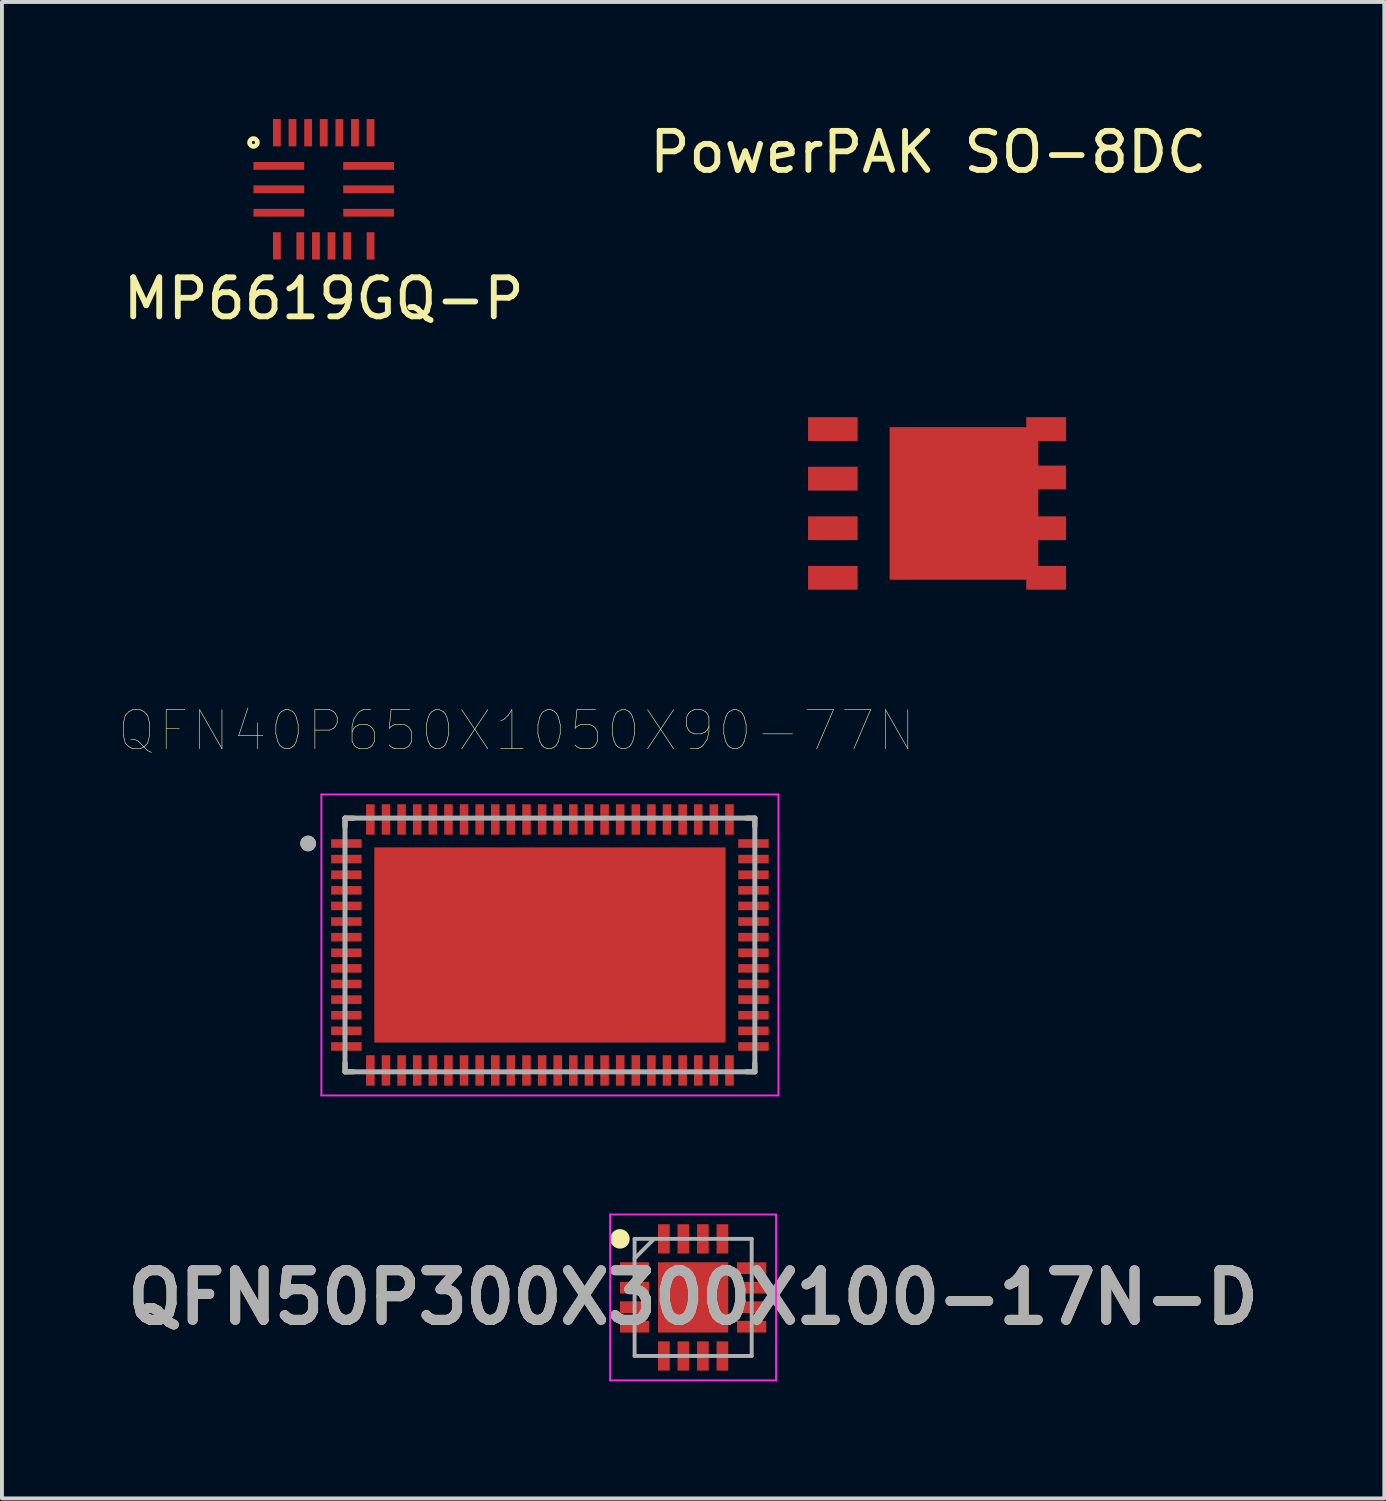
<source format=kicad_pcb>
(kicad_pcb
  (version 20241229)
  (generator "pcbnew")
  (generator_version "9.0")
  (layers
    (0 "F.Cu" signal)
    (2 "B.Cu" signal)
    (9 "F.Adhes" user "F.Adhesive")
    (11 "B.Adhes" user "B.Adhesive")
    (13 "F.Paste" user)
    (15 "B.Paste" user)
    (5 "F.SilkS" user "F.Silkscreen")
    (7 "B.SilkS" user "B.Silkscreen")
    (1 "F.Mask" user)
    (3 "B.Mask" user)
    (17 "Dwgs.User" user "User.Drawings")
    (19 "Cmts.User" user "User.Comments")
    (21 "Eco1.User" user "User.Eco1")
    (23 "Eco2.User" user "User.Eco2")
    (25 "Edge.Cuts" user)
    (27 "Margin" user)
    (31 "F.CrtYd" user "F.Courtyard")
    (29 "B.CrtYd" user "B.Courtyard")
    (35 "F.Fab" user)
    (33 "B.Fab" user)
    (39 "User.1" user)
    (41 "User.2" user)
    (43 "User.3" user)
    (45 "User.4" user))
  (footprint "QFN50P300X300X100-17N-D"
    (layer "F.Cu")
    (at 14.708 30.19)
    (property "Reference" "QFN50P300X300X100-17N-D" (at 0 0 0) (layer "F.SilkS") (effects (font (size 1.27 1.27) (thickness 0.254))))
    (attr smd)
    (fp_circle (center -1.875 -1.5) (end -1.875 -1.375) (stroke (width 0.25) (type solid)) (fill no) (layer "F.SilkS"))
    (fp_line (start -2.125 -2.125) (end 2.125 -2.125) (stroke (width 0.05) (type solid)) (layer "F.CrtYd"))
    (fp_line (start -2.125 2.125) (end -2.125 -2.125) (stroke (width 0.05) (type solid)) (layer "F.CrtYd"))
    (fp_line (start 2.125 -2.125) (end 2.125 2.125) (stroke (width 0.05) (type solid)) (layer "F.CrtYd"))
    (fp_line (start 2.125 2.125) (end -2.125 2.125) (stroke (width 0.05) (type solid)) (layer "F.CrtYd"))
    (fp_line (start -1.5 -1.5) (end 1.5 -1.5) (stroke (width 0.1) (type solid)) (layer "F.Fab"))
    (fp_line (start -1.5 -1) (end -1 -1.5) (stroke (width 0.1) (type solid)) (layer "F.Fab"))
    (fp_line (start -1.5 1.5) (end -1.5 -1.5) (stroke (width 0.1) (type solid)) (layer "F.Fab"))
    (fp_line (start 1.5 -1.5) (end 1.5 1.5) (stroke (width 0.1) (type solid)) (layer "F.Fab"))
    (fp_line (start 1.5 1.5) (end -1.5 1.5) (stroke (width 0.1) (type solid)) (layer "F.Fab"))
    (fp_text user "${REFERENCE}" (at 0 0 0) (layer "F.Fab") (effects (font (size 1.27 1.27) (thickness 0.254))))
    (pad "1" smd rect (at -1.5 -0.75 90) (size 0.3 0.75) (layers "F.Cu" "F.Mask" "F.Paste"))
    (pad "2" smd rect (at -1.5 -0.25 90) (size 0.3 0.75) (layers "F.Cu" "F.Mask" "F.Paste"))
    (pad "3" smd rect (at -1.5 0.25 90) (size 0.3 0.75) (layers "F.Cu" "F.Mask" "F.Paste"))
    (pad "4" smd rect (at -1.5 0.75 90) (size 0.3 0.75) (layers "F.Cu" "F.Mask" "F.Paste"))
    (pad "5" smd rect (at -0.75 1.5) (size 0.3 0.75) (layers "F.Cu" "F.Mask" "F.Paste"))
    (pad "6" smd rect (at -0.25 1.5) (size 0.3 0.75) (layers "F.Cu" "F.Mask" "F.Paste"))
    (pad "7" smd rect (at 0.25 1.5) (size 0.3 0.75) (layers "F.Cu" "F.Mask" "F.Paste"))
    (pad "8" smd rect (at 0.75 1.5) (size 0.3 0.75) (layers "F.Cu" "F.Mask" "F.Paste"))
    (pad "9" smd rect (at 1.5 0.75 90) (size 0.3 0.75) (layers "F.Cu" "F.Mask" "F.Paste"))
    (pad "10" smd rect (at 1.5 0.25 90) (size 0.3 0.75) (layers "F.Cu" "F.Mask" "F.Paste"))
    (pad "11" smd rect (at 1.5 -0.25 90) (size 0.3 0.75) (layers "F.Cu" "F.Mask" "F.Paste"))
    (pad "12" smd rect (at 1.5 -0.75 90) (size 0.3 0.75) (layers "F.Cu" "F.Mask" "F.Paste"))
    (pad "13" smd rect (at 0.75 -1.5) (size 0.3 0.75) (layers "F.Cu" "F.Mask" "F.Paste"))
    (pad "14" smd rect (at 0.25 -1.5) (size 0.3 0.75) (layers "F.Cu" "F.Mask" "F.Paste"))
    (pad "15" smd rect (at -0.25 -1.5) (size 0.3 0.75) (layers "F.Cu" "F.Mask" "F.Paste"))
    (pad "16" smd rect (at -0.75 -1.5) (size 0.3 0.75) (layers "F.Cu" "F.Mask" "F.Paste"))
    (pad "17" smd rect (at 0 0) (size 1.8 1.8) (layers "F.Cu" "F.Mask" "F.Paste")))
  (footprint "PowerPAK SO-8DC"
    (layer "F.Cu")
    (at 20.957 9.848)
    (property "Reference" "PowerPAK SO-8DC" (at -0.225 -9 0) (unlocked yes) (layer "F.SilkS") (effects (font (size 1 1) (thickness 0.15))))
    (attr smd)
    (pad "1" smd rect (at -2.67 -1.905) (size 1.27 0.61) (layers "F.Cu" "F.Mask" "F.Paste"))
    (pad "2" smd rect (at -2.67 -0.635) (size 1.27 0.61) (layers "F.Cu" "F.Mask" "F.Paste"))
    (pad "3" smd rect (at -2.67 0.635) (size 1.27 0.61) (layers "F.Cu" "F.Mask" "F.Paste"))
    (pad "4" smd rect (at -2.67 1.905) (size 1.27 0.61) (layers "F.Cu" "F.Mask" "F.Paste"))
    (pad "5" smd rect (at 0.69 0) (size 3.81 3.91) (layers "F.Cu" "F.Mask" "F.Paste"))
    (pad "5" smd rect (at 2.795 -1.905) (size 1.02 0.61) (layers "F.Cu" "F.Mask" "F.Paste"))
    (pad "5" smd rect (at 2.795 -0.665) (size 1.02 0.61) (layers "F.Cu" "F.Mask" "F.Paste"))
    (pad "5" smd rect (at 2.795 0.635) (size 1.02 0.61) (layers "F.Cu" "F.Mask" "F.Paste"))
    (pad "5" smd rect (at 2.795 1.905) (size 1.02 0.61) (layers "F.Cu" "F.Mask" "F.Paste")))
  (footprint "QFN40P650X1050X90-77N"
    (layer "F.Cu")
    (at 11.039 21.16)
    (property "Reference" "QFN40P650X1050X90-77N" (at -0.855 -5.49 0) (layer "F.SilkS") (effects (font (size 1 1) (thickness 0.015))))
    (attr through_hole)
    (fp_line (start -5.25 -3.25) (end -5.25 -3.03) (stroke (width 0.127) (type solid)) (layer "F.SilkS"))
    (fp_line (start -5.25 -3.25) (end -5.03 -3.25) (stroke (width 0.127) (type solid)) (layer "F.SilkS"))
    (fp_line (start -5.25 3.25) (end -5.25 3.03) (stroke (width 0.127) (type solid)) (layer "F.SilkS"))
    (fp_line (start -5.25 3.25) (end -5.03 3.25) (stroke (width 0.127) (type solid)) (layer "F.SilkS"))
    (fp_line (start 5.25 -3.25) (end 5.03 -3.25) (stroke (width 0.127) (type solid)) (layer "F.SilkS"))
    (fp_line (start 5.25 -3.25) (end 5.25 -3.03) (stroke (width 0.127) (type solid)) (layer "F.SilkS"))
    (fp_line (start 5.25 3.25) (end 5.03 3.25) (stroke (width 0.127) (type solid)) (layer "F.SilkS"))
    (fp_line (start 5.25 3.25) (end 5.25 3.03) (stroke (width 0.127) (type solid)) (layer "F.SilkS"))
    (fp_circle (center -6.195 -2.6) (end -6.095 -2.6) (stroke (width 0.2) (type solid)) (fill no) (layer "F.SilkS"))
    (fp_poly (pts (xy -3.95 -2.195) (xy -2.05 -2.195) (xy -2.05 -1.135) (xy -3.95 -1.135)) (stroke (width 0.01) (type solid)) (fill yes) (layer "F.Paste"))
    (fp_poly (pts (xy -3.95 -0.525) (xy -2.05 -0.525) (xy -2.05 0.535) (xy -3.95 0.535)) (stroke (width 0.01) (type solid)) (fill yes) (layer "F.Paste"))
    (fp_poly (pts (xy -3.95 1.145) (xy -2.05 1.145) (xy -2.05 2.205) (xy -3.95 2.205)) (stroke (width 0.01) (type solid)) (fill yes) (layer "F.Paste"))
    (fp_poly (pts (xy -0.95 -2.195) (xy 0.95 -2.195) (xy 0.95 -1.135) (xy -0.95 -1.135)) (stroke (width 0.01) (type solid)) (fill yes) (layer "F.Paste"))
    (fp_poly (pts (xy -0.95 -0.525) (xy 0.95 -0.525) (xy 0.95 0.535) (xy -0.95 0.535)) (stroke (width 0.01) (type solid)) (fill yes) (layer "F.Paste"))
    (fp_poly (pts (xy -0.95 1.145) (xy 0.95 1.145) (xy 0.95 2.205) (xy -0.95 2.205)) (stroke (width 0.01) (type solid)) (fill yes) (layer "F.Paste"))
    (fp_poly (pts (xy 2.05 -2.195) (xy 3.95 -2.195) (xy 3.95 -1.135) (xy 2.05 -1.135)) (stroke (width 0.01) (type solid)) (fill yes) (layer "F.Paste"))
    (fp_poly (pts (xy 2.05 -0.525) (xy 3.95 -0.525) (xy 3.95 0.535) (xy 2.05 0.535)) (stroke (width 0.01) (type solid)) (fill yes) (layer "F.Paste"))
    (fp_poly (pts (xy 2.05 1.145) (xy 3.95 1.145) (xy 3.95 2.205) (xy 2.05 2.205)) (stroke (width 0.01) (type solid)) (fill yes) (layer "F.Paste"))
    (fp_line (start -5.855 -3.855) (end 5.855 -3.855) (stroke (width 0.05) (type solid)) (layer "F.CrtYd"))
    (fp_line (start -5.855 3.855) (end -5.855 -3.855) (stroke (width 0.05) (type solid)) (layer "F.CrtYd"))
    (fp_line (start -5.855 3.855) (end 5.855 3.855) (stroke (width 0.05) (type solid)) (layer "F.CrtYd"))
    (fp_line (start 5.855 3.855) (end 5.855 -3.855) (stroke (width 0.05) (type solid)) (layer "F.CrtYd"))
    (fp_line (start -5.25 3.25) (end -5.25 -3.25) (stroke (width 0.127) (type solid)) (layer "F.Fab"))
    (fp_line (start 5.25 -3.25) (end -5.25 -3.25) (stroke (width 0.127) (type solid)) (layer "F.Fab"))
    (fp_line (start 5.25 3.25) (end -5.25 3.25) (stroke (width 0.127) (type solid)) (layer "F.Fab"))
    (fp_line (start 5.25 3.25) (end 5.25 -3.25) (stroke (width 0.127) (type solid)) (layer "F.Fab"))
    (fp_circle (center -6.195 -2.6) (end -6.095 -2.6) (stroke (width 0.2) (type solid)) (fill no) (layer "F.Fab"))
    (pad "1" smd rect (at -5.215 -2.6) (size 0.78 0.22) (layers "F.Cu" "F.Mask" "F.Paste"))
    (pad "2" smd rect (at -5.215 -2.2) (size 0.78 0.22) (layers "F.Cu" "F.Mask" "F.Paste"))
    (pad "3" smd rect (at -5.215 -1.8) (size 0.78 0.22) (layers "F.Cu" "F.Mask" "F.Paste"))
    (pad "4" smd rect (at -5.215 -1.4) (size 0.78 0.22) (layers "F.Cu" "F.Mask" "F.Paste"))
    (pad "5" smd rect (at -5.215 -1) (size 0.78 0.22) (layers "F.Cu" "F.Mask" "F.Paste"))
    (pad "6" smd rect (at -5.215 -0.6) (size 0.78 0.22) (layers "F.Cu" "F.Mask" "F.Paste"))
    (pad "7" smd rect (at -5.215 -0.2) (size 0.78 0.22) (layers "F.Cu" "F.Mask" "F.Paste"))
    (pad "8" smd rect (at -5.215 0.2) (size 0.78 0.22) (layers "F.Cu" "F.Mask" "F.Paste"))
    (pad "9" smd rect (at -5.215 0.6) (size 0.78 0.22) (layers "F.Cu" "F.Mask" "F.Paste"))
    (pad "10" smd rect (at -5.215 1) (size 0.78 0.22) (layers "F.Cu" "F.Mask" "F.Paste"))
    (pad "11" smd rect (at -5.215 1.4) (size 0.78 0.22) (layers "F.Cu" "F.Mask" "F.Paste"))
    (pad "12" smd rect (at -5.215 1.8) (size 0.78 0.22) (layers "F.Cu" "F.Mask" "F.Paste"))
    (pad "13" smd rect (at -5.215 2.2) (size 0.78 0.22) (layers "F.Cu" "F.Mask" "F.Paste"))
    (pad "14" smd rect (at -5.215 2.6) (size 0.78 0.22) (layers "F.Cu" "F.Mask" "F.Paste"))
    (pad "15" smd rect (at -4.6 3.215) (size 0.22 0.78) (layers "F.Cu" "F.Mask" "F.Paste"))
    (pad "16" smd rect (at -4.2 3.215) (size 0.22 0.78) (layers "F.Cu" "F.Mask" "F.Paste"))
    (pad "17" smd rect (at -3.8 3.215) (size 0.22 0.78) (layers "F.Cu" "F.Mask" "F.Paste"))
    (pad "18" smd rect (at -3.4 3.215) (size 0.22 0.78) (layers "F.Cu" "F.Mask" "F.Paste"))
    (pad "19" smd rect (at -3 3.215) (size 0.22 0.78) (layers "F.Cu" "F.Mask" "F.Paste"))
    (pad "20" smd rect (at -2.6 3.215) (size 0.22 0.78) (layers "F.Cu" "F.Mask" "F.Paste"))
    (pad "21" smd rect (at -2.2 3.215) (size 0.22 0.78) (layers "F.Cu" "F.Mask" "F.Paste"))
    (pad "22" smd rect (at -1.8 3.215) (size 0.22 0.78) (layers "F.Cu" "F.Mask" "F.Paste"))
    (pad "23" smd rect (at -1.4 3.215) (size 0.22 0.78) (layers "F.Cu" "F.Mask" "F.Paste"))
    (pad "24" smd rect (at -1 3.215) (size 0.22 0.78) (layers "F.Cu" "F.Mask" "F.Paste"))
    (pad "25" smd rect (at -0.6 3.215) (size 0.22 0.78) (layers "F.Cu" "F.Mask" "F.Paste"))
    (pad "26" smd rect (at -0.2 3.215) (size 0.22 0.78) (layers "F.Cu" "F.Mask" "F.Paste"))
    (pad "27" smd rect (at 0.2 3.215) (size 0.22 0.78) (layers "F.Cu" "F.Mask" "F.Paste"))
    (pad "28" smd rect (at 0.6 3.215) (size 0.22 0.78) (layers "F.Cu" "F.Mask" "F.Paste"))
    (pad "29" smd rect (at 1 3.215) (size 0.22 0.78) (layers "F.Cu" "F.Mask" "F.Paste"))
    (pad "30" smd rect (at 1.4 3.215) (size 0.22 0.78) (layers "F.Cu" "F.Mask" "F.Paste"))
    (pad "31" smd rect (at 1.8 3.215) (size 0.22 0.78) (layers "F.Cu" "F.Mask" "F.Paste"))
    (pad "32" smd rect (at 2.2 3.215) (size 0.22 0.78) (layers "F.Cu" "F.Mask" "F.Paste"))
    (pad "33" smd rect (at 2.6 3.215) (size 0.22 0.78) (layers "F.Cu" "F.Mask" "F.Paste"))
    (pad "34" smd rect (at 3 3.215) (size 0.22 0.78) (layers "F.Cu" "F.Mask" "F.Paste"))
    (pad "35" smd rect (at 3.4 3.215) (size 0.22 0.78) (layers "F.Cu" "F.Mask" "F.Paste"))
    (pad "36" smd rect (at 3.8 3.215) (size 0.22 0.78) (layers "F.Cu" "F.Mask" "F.Paste"))
    (pad "37" smd rect (at 4.2 3.215) (size 0.22 0.78) (layers "F.Cu" "F.Mask" "F.Paste"))
    (pad "38" smd rect (at 4.6 3.215) (size 0.22 0.78) (layers "F.Cu" "F.Mask" "F.Paste"))
    (pad "39" smd rect (at 5.215 2.6) (size 0.78 0.22) (layers "F.Cu" "F.Mask" "F.Paste"))
    (pad "40" smd rect (at 5.215 2.2) (size 0.78 0.22) (layers "F.Cu" "F.Mask" "F.Paste"))
    (pad "41" smd rect (at 5.215 1.8) (size 0.78 0.22) (layers "F.Cu" "F.Mask" "F.Paste"))
    (pad "42" smd rect (at 5.215 1.4) (size 0.78 0.22) (layers "F.Cu" "F.Mask" "F.Paste"))
    (pad "43" smd rect (at 5.215 1) (size 0.78 0.22) (layers "F.Cu" "F.Mask" "F.Paste"))
    (pad "44" smd rect (at 5.215 0.6) (size 0.78 0.22) (layers "F.Cu" "F.Mask" "F.Paste"))
    (pad "45" smd rect (at 5.215 0.2) (size 0.78 0.22) (layers "F.Cu" "F.Mask" "F.Paste"))
    (pad "46" smd rect (at 5.215 -0.2) (size 0.78 0.22) (layers "F.Cu" "F.Mask" "F.Paste"))
    (pad "47" smd rect (at 5.215 -0.6) (size 0.78 0.22) (layers "F.Cu" "F.Mask" "F.Paste"))
    (pad "48" smd rect (at 5.215 -1) (size 0.78 0.22) (layers "F.Cu" "F.Mask" "F.Paste"))
    (pad "49" smd rect (at 5.215 -1.4) (size 0.78 0.22) (layers "F.Cu" "F.Mask" "F.Paste"))
    (pad "50" smd rect (at 5.215 -1.8) (size 0.78 0.22) (layers "F.Cu" "F.Mask" "F.Paste"))
    (pad "51" smd rect (at 5.215 -2.2) (size 0.78 0.22) (layers "F.Cu" "F.Mask" "F.Paste"))
    (pad "52" smd rect (at 5.215 -2.6) (size 0.78 0.22) (layers "F.Cu" "F.Mask" "F.Paste"))
    (pad "53" smd rect (at 4.6 -3.215) (size 0.22 0.78) (layers "F.Cu" "F.Mask" "F.Paste"))
    (pad "54" smd rect (at 4.2 -3.215) (size 0.22 0.78) (layers "F.Cu" "F.Mask" "F.Paste"))
    (pad "55" smd rect (at 3.8 -3.215) (size 0.22 0.78) (layers "F.Cu" "F.Mask" "F.Paste"))
    (pad "56" smd rect (at 3.4 -3.215) (size 0.22 0.78) (layers "F.Cu" "F.Mask" "F.Paste"))
    (pad "57" smd rect (at 3 -3.215) (size 0.22 0.78) (layers "F.Cu" "F.Mask" "F.Paste"))
    (pad "58" smd rect (at 2.6 -3.215) (size 0.22 0.78) (layers "F.Cu" "F.Mask" "F.Paste"))
    (pad "59" smd rect (at 2.2 -3.215) (size 0.22 0.78) (layers "F.Cu" "F.Mask" "F.Paste"))
    (pad "60" smd rect (at 1.8 -3.215) (size 0.22 0.78) (layers "F.Cu" "F.Mask" "F.Paste"))
    (pad "61" smd rect (at 1.4 -3.215) (size 0.22 0.78) (layers "F.Cu" "F.Mask" "F.Paste"))
    (pad "62" smd rect (at 1 -3.215) (size 0.22 0.78) (layers "F.Cu" "F.Mask" "F.Paste"))
    (pad "63" smd rect (at 0.6 -3.215) (size 0.22 0.78) (layers "F.Cu" "F.Mask" "F.Paste"))
    (pad "64" smd rect (at 0.2 -3.215) (size 0.22 0.78) (layers "F.Cu" "F.Mask" "F.Paste"))
    (pad "65" smd rect (at -0.2 -3.215) (size 0.22 0.78) (layers "F.Cu" "F.Mask" "F.Paste"))
    (pad "66" smd rect (at -0.6 -3.215) (size 0.22 0.78) (layers "F.Cu" "F.Mask" "F.Paste"))
    (pad "67" smd rect (at -1 -3.215) (size 0.22 0.78) (layers "F.Cu" "F.Mask" "F.Paste"))
    (pad "68" smd rect (at -1.4 -3.215) (size 0.22 0.78) (layers "F.Cu" "F.Mask" "F.Paste"))
    (pad "69" smd rect (at -1.8 -3.215) (size 0.22 0.78) (layers "F.Cu" "F.Mask" "F.Paste"))
    (pad "70" smd rect (at -2.2 -3.215) (size 0.22 0.78) (layers "F.Cu" "F.Mask" "F.Paste"))
    (pad "71" smd rect (at -2.6 -3.215) (size 0.22 0.78) (layers "F.Cu" "F.Mask" "F.Paste"))
    (pad "72" smd rect (at -3 -3.215) (size 0.22 0.78) (layers "F.Cu" "F.Mask" "F.Paste"))
    (pad "73" smd rect (at -3.4 -3.215) (size 0.22 0.78) (layers "F.Cu" "F.Mask" "F.Paste"))
    (pad "74" smd rect (at -3.8 -3.215) (size 0.22 0.78) (layers "F.Cu" "F.Mask" "F.Paste"))
    (pad "75" smd rect (at -4.2 -3.215) (size 0.22 0.78) (layers "F.Cu" "F.Mask" "F.Paste"))
    (pad "76" smd rect (at -4.6 -3.215) (size 0.22 0.78) (layers "F.Cu" "F.Mask" "F.Paste"))
    (pad "77" smd rect (at 0 0) (size 9 5) (layers "F.Cu" "F.Mask")))
  (footprint "MP6619GQ-P"
    (layer "F.Cu")
    (at 5.244 1.8)
    (property "Reference" "MP6619GQ-P" (at 0 2.8 0) (layer "F.SilkS") (effects (font (size 1 1) (thickness 0.15))))
    (attr through_hole)
    (fp_circle (center -1.8 -1.2) (end -1.7 -1.2) (stroke (width 0.12) (type solid)) (fill no) (layer "F.SilkS"))
    (pad "1" smd rect (at -1.15 -0.6) (size 1.3 0.2) (layers "F.Cu" "F.Mask" "F.Paste"))
    (pad "2" smd rect (at -1.15 0) (size 1.3 0.2) (layers "F.Cu" "F.Mask" "F.Paste"))
    (pad "3" smd rect (at -1.15 0.6) (size 1.3 0.2) (layers "F.Cu" "F.Mask" "F.Paste"))
    (pad "4" smd rect (at -1.2 1.45) (size 0.2 0.7) (layers "F.Cu" "F.Mask" "F.Paste"))
    (pad "5" smd rect (at -0.6 1.45) (size 0.2 0.7) (layers "F.Cu" "F.Mask" "F.Paste"))
    (pad "6" smd rect (at -0.2 1.45) (size 0.2 0.7) (layers "F.Cu" "F.Mask" "F.Paste"))
    (pad "7" smd rect (at 0.2 1.45) (size 0.2 0.7) (layers "F.Cu" "F.Mask" "F.Paste"))
    (pad "8" smd rect (at 0.6 1.45) (size 0.2 0.7) (layers "F.Cu" "F.Mask" "F.Paste"))
    (pad "9" smd rect (at 1.2 1.45) (size 0.2 0.7) (layers "F.Cu" "F.Mask" "F.Paste"))
    (pad "10" smd rect (at 1.15 0.6) (size 1.3 0.2) (layers "F.Cu" "F.Mask" "F.Paste"))
    (pad "11" smd rect (at 1.15 0) (size 1.3 0.2) (layers "F.Cu" "F.Mask" "F.Paste"))
    (pad "12" smd rect (at 1.15 -0.6) (size 1.3 0.2) (layers "F.Cu" "F.Mask" "F.Paste"))
    (pad "13" smd rect (at 1.2 -1.45) (size 0.2 0.7) (layers "F.Cu" "F.Mask" "F.Paste"))
    (pad "14" smd rect (at 0.8 -1.45) (size 0.2 0.7) (layers "F.Cu" "F.Mask" "F.Paste"))
    (pad "15" smd rect (at 0.4 -1.45) (size 0.2 0.7) (layers "F.Cu" "F.Mask" "F.Paste"))
    (pad "16" smd rect (at 0 -1.45) (size 0.2 0.7) (layers "F.Cu" "F.Mask" "F.Paste"))
    (pad "17" smd rect (at -0.4 -1.45) (size 0.2 0.7) (layers "F.Cu" "F.Mask" "F.Paste"))
    (pad "18" smd rect (at -0.8 -1.45) (size 0.2 0.7) (layers "F.Cu" "F.Mask" "F.Paste"))
    (pad "19" smd rect (at -1.2 -1.45) (size 0.2 0.7) (layers "F.Cu" "F.Mask" "F.Paste")))
  (gr_rect
    (start -3 -3)
    (end 32.416 35.34)
    (stroke (width 0.1) (type default))
    (fill no)
    (layer "Edge.Cuts")))
</source>
